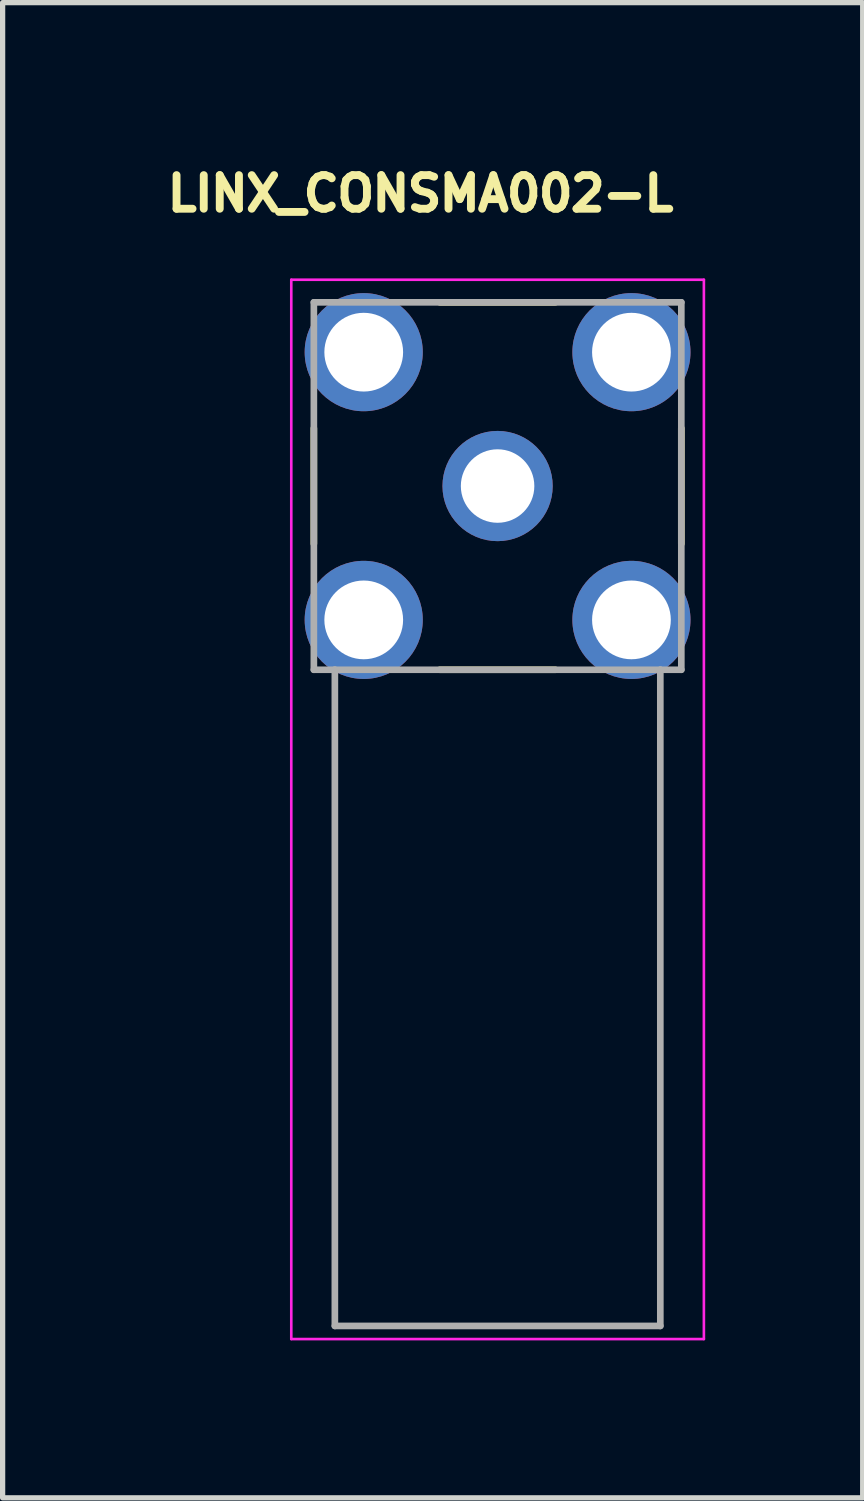
<source format=kicad_pcb>
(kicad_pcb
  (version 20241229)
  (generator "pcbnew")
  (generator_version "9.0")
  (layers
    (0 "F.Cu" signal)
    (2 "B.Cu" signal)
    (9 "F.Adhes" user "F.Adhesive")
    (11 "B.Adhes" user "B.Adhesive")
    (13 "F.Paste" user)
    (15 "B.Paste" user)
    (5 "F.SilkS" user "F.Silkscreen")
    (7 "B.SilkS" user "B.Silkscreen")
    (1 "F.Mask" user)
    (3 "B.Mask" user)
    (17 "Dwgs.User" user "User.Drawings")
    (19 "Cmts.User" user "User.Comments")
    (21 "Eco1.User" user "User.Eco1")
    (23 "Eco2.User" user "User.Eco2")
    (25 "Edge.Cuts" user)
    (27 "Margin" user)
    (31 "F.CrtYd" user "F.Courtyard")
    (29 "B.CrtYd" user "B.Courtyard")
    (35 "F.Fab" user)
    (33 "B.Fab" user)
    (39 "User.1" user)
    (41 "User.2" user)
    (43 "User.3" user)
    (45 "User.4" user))
  (footprint "LINX_CONSMA002-L"
    (layer "F.Cu")
    (at 6.429 6.209)
    (property "Reference" "LINX_CONSMA002-L" (at -1.468 -5.571 0) (layer "F.SilkS") (effects (font (size 0.64 0.64) (thickness 0.15))))
    (attr through_hole)
    (fp_line (start -3.5 -1.1) (end -3.5 1.1) (stroke (width 0.127) (type solid)) (layer "F.SilkS"))
    (fp_line (start -1.1 -3.5) (end 1.1 -3.5) (stroke (width 0.127) (type solid)) (layer "F.SilkS"))
    (fp_line (start -1.1 3.5) (end 1.1 3.5) (stroke (width 0.127) (type solid)) (layer "F.SilkS"))
    (fp_line (start 3.5 -1.1) (end 3.5 1.1) (stroke (width 0.127) (type solid)) (layer "F.SilkS"))
    (fp_line (start -3.93 -3.93) (end 3.93 -3.93) (stroke (width 0.05) (type solid)) (layer "F.CrtYd"))
    (fp_line (start -3.93 16.25) (end -3.93 -3.93) (stroke (width 0.05) (type solid)) (layer "F.CrtYd"))
    (fp_line (start 3.93 -3.93) (end 3.93 16.25) (stroke (width 0.05) (type solid)) (layer "F.CrtYd"))
    (fp_line (start 3.93 16.25) (end -3.93 16.25) (stroke (width 0.05) (type solid)) (layer "F.CrtYd"))
    (fp_line (start -3.5 -3.5) (end 3.5 -3.5) (stroke (width 0.127) (type solid)) (layer "F.Fab"))
    (fp_line (start -3.5 3.5) (end -3.5 -3.5) (stroke (width 0.127) (type solid)) (layer "F.Fab"))
    (fp_line (start -3.1 3.5) (end -3.5 3.5) (stroke (width 0.127) (type solid)) (layer "F.Fab"))
    (fp_line (start -3.1 3.5) (end -3.1 16) (stroke (width 0.127) (type solid)) (layer "F.Fab"))
    (fp_line (start -3.1 16) (end 3.1 16) (stroke (width 0.127) (type solid)) (layer "F.Fab"))
    (fp_line (start 3.1 3.5) (end -3.1 3.5) (stroke (width 0.127) (type solid)) (layer "F.Fab"))
    (fp_line (start 3.1 16) (end 3.1 3.5) (stroke (width 0.127) (type solid)) (layer "F.Fab"))
    (fp_line (start 3.5 -3.5) (end 3.5 3.5) (stroke (width 0.127) (type solid)) (layer "F.Fab"))
    (fp_line (start 3.5 3.5) (end 3.1 3.5) (stroke (width 0.127) (type solid)) (layer "F.Fab"))
    (pad "1" thru_hole circle (at 0 0) (size 2.1 2.1) (drill 1.4) (layers "*.Cu" "*.Mask"))
    (pad "2" thru_hole circle (at -2.55 -2.55) (size 2.25 2.25) (drill 1.5) (layers "*.Cu" "*.Mask"))
    (pad "2" thru_hole circle (at -2.55 2.55) (size 2.25 2.25) (drill 1.5) (layers "*.Cu" "*.Mask"))
    (pad "2" thru_hole circle (at 2.55 -2.55) (size 2.25 2.25) (drill 1.5) (layers "*.Cu" "*.Mask"))
    (pad "2" thru_hole circle (at 2.55 2.55) (size 2.25 2.25) (drill 1.5) (layers "*.Cu" "*.Mask")))
  (gr_rect
    (start -3 -3)
    (end 13.384 25.484)
    (stroke (width 0.1) (type default))
    (fill no)
    (layer "Edge.Cuts")))
</source>
